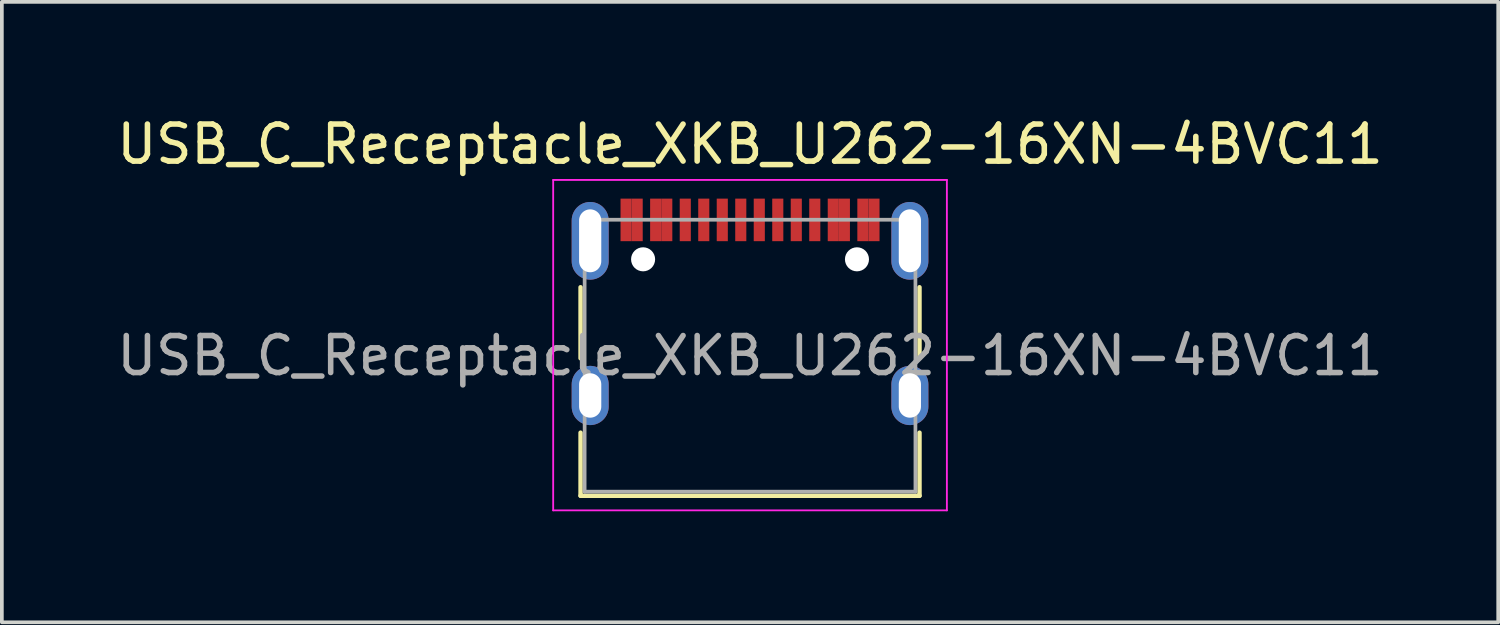
<source format=kicad_pcb>
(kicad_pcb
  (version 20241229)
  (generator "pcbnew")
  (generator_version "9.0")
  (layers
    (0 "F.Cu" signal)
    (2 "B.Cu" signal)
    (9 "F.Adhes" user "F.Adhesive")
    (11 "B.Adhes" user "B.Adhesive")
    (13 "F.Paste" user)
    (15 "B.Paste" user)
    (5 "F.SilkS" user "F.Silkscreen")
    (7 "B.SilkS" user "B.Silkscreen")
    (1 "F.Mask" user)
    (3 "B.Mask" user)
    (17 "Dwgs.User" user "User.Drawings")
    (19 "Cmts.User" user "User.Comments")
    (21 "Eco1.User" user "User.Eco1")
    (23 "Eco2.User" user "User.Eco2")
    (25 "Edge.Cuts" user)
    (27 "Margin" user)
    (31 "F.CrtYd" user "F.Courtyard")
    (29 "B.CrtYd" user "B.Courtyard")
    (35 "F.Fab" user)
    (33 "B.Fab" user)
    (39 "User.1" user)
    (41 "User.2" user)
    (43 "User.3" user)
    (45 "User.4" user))
  (footprint "USB_C_Receptacle_XKB_U262-16XN-4BVC11"
    (layer "F.Cu")
    (at 17.22 6.563)
    (property "Reference" "USB_C_Receptacle_XKB_U262-16XN-4BVC11" (at 0 -5.715 0) (layer "F.SilkS") (effects (font (size 1 1) (thickness 0.15))))
    (attr smd)
    (fp_line (start -4.58 -1.85) (end -4.58 0.07) (stroke (width 0.12) (type solid)) (layer "F.SilkS"))
    (fp_line (start -4.58 3.785) (end -4.58 2.08) (stroke (width 0.12) (type solid)) (layer "F.SilkS"))
    (fp_line (start 4.58 0.07) (end 4.58 -1.85) (stroke (width 0.12) (type solid)) (layer "F.SilkS"))
    (fp_line (start 4.58 2.08) (end 4.58 3.785) (stroke (width 0.12) (type solid)) (layer "F.SilkS"))
    (fp_line (start 4.58 3.785) (end -4.58 3.785) (stroke (width 0.12) (type solid)) (layer "F.SilkS"))
    (fp_line (start -5.32 -4.75) (end 5.32 -4.75) (stroke (width 0.05) (type solid)) (layer "F.CrtYd"))
    (fp_line (start -5.32 4.18) (end -5.32 -4.75) (stroke (width 0.05) (type solid)) (layer "F.CrtYd"))
    (fp_line (start 5.32 -4.75) (end 5.32 4.18) (stroke (width 0.05) (type solid)) (layer "F.CrtYd"))
    (fp_line (start 5.32 4.18) (end -5.32 4.18) (stroke (width 0.05) (type solid)) (layer "F.CrtYd"))
    (fp_line (start -4.47 -3.675) (end -4.47 3.675) (stroke (width 0.1) (type solid)) (layer "F.Fab"))
    (fp_line (start -4.47 -3.675) (end 4.47 -3.675) (stroke (width 0.1) (type solid)) (layer "F.Fab"))
    (fp_line (start -4.47 3.675) (end 4.47 3.675) (stroke (width 0.1) (type solid)) (layer "F.Fab"))
    (fp_line (start 4.47 3.675) (end 4.47 -3.675) (stroke (width 0.1) (type solid)) (layer "F.Fab"))
    (fp_text user "${REFERENCE}" (at 0 0 0) (layer "F.Fab") (effects (font (size 1 1) (thickness 0.15))))
    (pad "" np_thru_hole circle (at -2.89 -2.605) (size 0.65 0.65) (drill 0.65) (layers "*.Cu" "*.Mask"))
    (pad "" np_thru_hole circle (at 2.89 -2.605) (size 0.65 0.65) (drill 0.65) (layers "*.Cu" "*.Mask"))
    (pad "A1" smd rect (at -3.35 -3.67) (size 0.3 1.15) (layers "F.Cu" "F.Mask" "F.Paste"))
    (pad "A4" smd rect (at -2.55 -3.67) (size 0.3 1.15) (layers "F.Cu" "F.Mask" "F.Paste"))
    (pad "A5" smd rect (at -1.25 -3.67) (size 0.3 1.15) (layers "F.Cu" "F.Mask" "F.Paste"))
    (pad "A6" smd rect (at -0.25 -3.67) (size 0.3 1.15) (layers "F.Cu" "F.Mask" "F.Paste"))
    (pad "A7" smd rect (at 0.25 -3.67) (size 0.3 1.15) (layers "F.Cu" "F.Mask" "F.Paste"))
    (pad "A8" smd rect (at 1.25 -3.67) (size 0.3 1.15) (layers "F.Cu" "F.Mask" "F.Paste"))
    (pad "A9" smd rect (at 2.55 -3.67) (size 0.3 1.15) (layers "F.Cu" "F.Mask" "F.Paste"))
    (pad "A12" smd rect (at 3.35 -3.67) (size 0.3 1.15) (layers "F.Cu" "F.Mask" "F.Paste"))
    (pad "B1" smd rect (at 3.05 -3.67) (size 0.3 1.15) (layers "F.Cu" "F.Mask" "F.Paste"))
    (pad "B4" smd rect (at 2.25 -3.67) (size 0.3 1.15) (layers "F.Cu" "F.Mask" "F.Paste"))
    (pad "B5" smd rect (at 1.75 -3.67) (size 0.3 1.15) (layers "F.Cu" "F.Mask" "F.Paste"))
    (pad "B6" smd rect (at 0.75 -3.67) (size 0.3 1.15) (layers "F.Cu" "F.Mask" "F.Paste"))
    (pad "B7" smd rect (at -0.75 -3.67) (size 0.3 1.15) (layers "F.Cu" "F.Mask" "F.Paste"))
    (pad "B8" smd rect (at -1.75 -3.67) (size 0.3 1.15) (layers "F.Cu" "F.Mask" "F.Paste"))
    (pad "B9" smd rect (at -2.25 -3.67) (size 0.3 1.15) (layers "F.Cu" "F.Mask" "F.Paste"))
    (pad "B12" smd rect (at -3.05 -3.67) (size 0.3 1.15) (layers "F.Cu" "F.Mask" "F.Paste"))
    (pad "S1" thru_hole oval (at -4.32 -3.105) (size 1 2.1) (drill oval 0.6 1.7) (property pad_prop_heatsink) (layers "*.Cu" "*.Mask"))
    (pad "S1" thru_hole oval (at -4.32 1.075) (size 1 1.6) (drill oval 0.6 1.2) (property pad_prop_heatsink) (layers "*.Cu" "*.Mask"))
    (pad "S1" thru_hole oval (at 4.32 -3.105) (size 1 2.1) (drill oval 0.6 1.7) (property pad_prop_heatsink) (layers "*.Cu" "*.Mask"))
    (pad "S1" thru_hole oval (at 4.32 1.075) (size 1 1.6) (drill oval 0.6 1.2) (property pad_prop_heatsink) (layers "*.Cu" "*.Mask")))
  (gr_rect
    (start -3 -3)
    (end 37.44 13.768)
    (stroke (width 0.1) (type default))
    (fill no)
    (layer "Edge.Cuts")))
</source>
